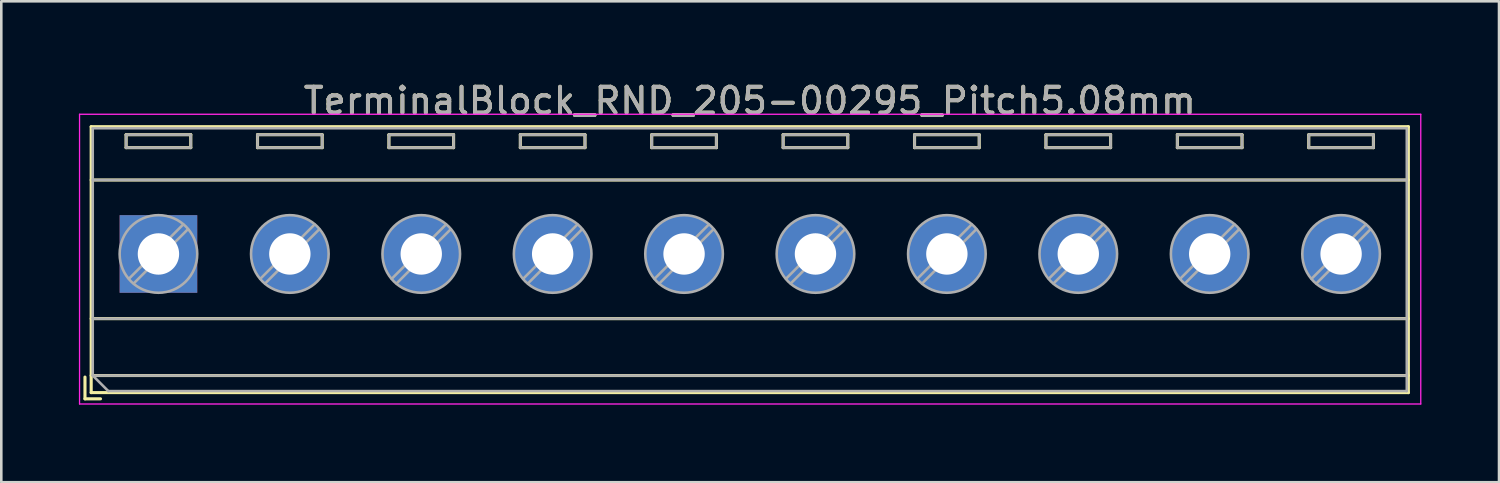
<source format=kicad_pcb>
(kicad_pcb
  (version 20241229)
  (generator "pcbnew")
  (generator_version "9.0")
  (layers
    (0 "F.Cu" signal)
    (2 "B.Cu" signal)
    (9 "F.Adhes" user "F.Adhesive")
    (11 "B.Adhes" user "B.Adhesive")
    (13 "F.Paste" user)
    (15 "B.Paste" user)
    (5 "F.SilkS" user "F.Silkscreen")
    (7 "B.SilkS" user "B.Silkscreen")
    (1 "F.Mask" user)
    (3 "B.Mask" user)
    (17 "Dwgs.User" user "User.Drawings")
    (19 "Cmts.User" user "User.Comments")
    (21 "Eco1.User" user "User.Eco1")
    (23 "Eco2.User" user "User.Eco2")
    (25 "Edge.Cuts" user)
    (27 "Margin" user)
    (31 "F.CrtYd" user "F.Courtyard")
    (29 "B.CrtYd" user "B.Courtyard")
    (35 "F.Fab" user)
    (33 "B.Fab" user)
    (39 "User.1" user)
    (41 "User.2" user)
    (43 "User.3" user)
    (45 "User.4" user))
  (footprint "TerminalBlock_RND_205-00295_Pitch5.08mm"
    (layer "F.Cu")
    (at 3.075 6.768)
    (property "Reference" "TerminalBlock_RND_205-00295_Pitch5.08mm" (at 22.86 -5.92 0) (layer "F.SilkS") (effects (font (size 1 1) (thickness 0.15))))
    (attr through_hole)
    (fp_line (start -2.84 4.76) (end -2.84 5.6) (stroke (width 0.12) (type solid)) (layer "F.SilkS"))
    (fp_line (start -2.84 5.6) (end -2.24 5.6) (stroke (width 0.12) (type solid)) (layer "F.SilkS"))
    (fp_line (start -2.6 -4.92) (end -2.6 5.36) (stroke (width 0.12) (type solid)) (layer "F.SilkS"))
    (fp_line (start -2.6 -2.86) (end 48.32 -2.86) (stroke (width 0.12) (type solid)) (layer "F.SilkS"))
    (fp_line (start -2.6 2.5) (end 48.32 2.5) (stroke (width 0.12) (type solid)) (layer "F.SilkS"))
    (fp_line (start -2.6 4.7) (end 48.32 4.7) (stroke (width 0.12) (type solid)) (layer "F.SilkS"))
    (fp_line (start -2.6 5.36) (end 48.32 5.36) (stroke (width 0.12) (type solid)) (layer "F.SilkS"))
    (fp_line (start -1.25 -4.61) (end -1.25 -4.11) (stroke (width 0.12) (type solid)) (layer "F.SilkS"))
    (fp_line (start -1.25 -4.61) (end 1.25 -4.61) (stroke (width 0.12) (type solid)) (layer "F.SilkS"))
    (fp_line (start -1.25 -4.11) (end 1.25 -4.11) (stroke (width 0.12) (type solid)) (layer "F.SilkS"))
    (fp_line (start 1.25 -4.61) (end 1.25 -4.11) (stroke (width 0.12) (type solid)) (layer "F.SilkS"))
    (fp_line (start 3.83 -4.61) (end 3.83 -4.11) (stroke (width 0.12) (type solid)) (layer "F.SilkS"))
    (fp_line (start 3.83 -4.61) (end 6.33 -4.61) (stroke (width 0.12) (type solid)) (layer "F.SilkS"))
    (fp_line (start 3.83 -4.11) (end 6.33 -4.11) (stroke (width 0.12) (type solid)) (layer "F.SilkS"))
    (fp_line (start 6.33 -4.61) (end 6.33 -4.11) (stroke (width 0.12) (type solid)) (layer "F.SilkS"))
    (fp_line (start 8.91 -4.61) (end 8.91 -4.11) (stroke (width 0.12) (type solid)) (layer "F.SilkS"))
    (fp_line (start 8.91 -4.61) (end 11.41 -4.61) (stroke (width 0.12) (type solid)) (layer "F.SilkS"))
    (fp_line (start 8.91 -4.11) (end 11.41 -4.11) (stroke (width 0.12) (type solid)) (layer "F.SilkS"))
    (fp_line (start 11.41 -4.61) (end 11.41 -4.11) (stroke (width 0.12) (type solid)) (layer "F.SilkS"))
    (fp_line (start 13.99 -4.61) (end 13.99 -4.11) (stroke (width 0.12) (type solid)) (layer "F.SilkS"))
    (fp_line (start 13.99 -4.61) (end 16.49 -4.61) (stroke (width 0.12) (type solid)) (layer "F.SilkS"))
    (fp_line (start 13.99 -4.11) (end 16.49 -4.11) (stroke (width 0.12) (type solid)) (layer "F.SilkS"))
    (fp_line (start 16.49 -4.61) (end 16.49 -4.11) (stroke (width 0.12) (type solid)) (layer "F.SilkS"))
    (fp_line (start 19.07 -4.61) (end 19.07 -4.11) (stroke (width 0.12) (type solid)) (layer "F.SilkS"))
    (fp_line (start 19.07 -4.61) (end 21.57 -4.61) (stroke (width 0.12) (type solid)) (layer "F.SilkS"))
    (fp_line (start 19.07 -4.11) (end 21.57 -4.11) (stroke (width 0.12) (type solid)) (layer "F.SilkS"))
    (fp_line (start 21.57 -4.61) (end 21.57 -4.11) (stroke (width 0.12) (type solid)) (layer "F.SilkS"))
    (fp_line (start 24.15 -4.61) (end 24.15 -4.11) (stroke (width 0.12) (type solid)) (layer "F.SilkS"))
    (fp_line (start 24.15 -4.61) (end 26.65 -4.61) (stroke (width 0.12) (type solid)) (layer "F.SilkS"))
    (fp_line (start 24.15 -4.11) (end 26.65 -4.11) (stroke (width 0.12) (type solid)) (layer "F.SilkS"))
    (fp_line (start 26.65 -4.61) (end 26.65 -4.11) (stroke (width 0.12) (type solid)) (layer "F.SilkS"))
    (fp_line (start 29.23 -4.61) (end 29.23 -4.11) (stroke (width 0.12) (type solid)) (layer "F.SilkS"))
    (fp_line (start 29.23 -4.61) (end 31.73 -4.61) (stroke (width 0.12) (type solid)) (layer "F.SilkS"))
    (fp_line (start 29.23 -4.11) (end 31.73 -4.11) (stroke (width 0.12) (type solid)) (layer "F.SilkS"))
    (fp_line (start 31.73 -4.61) (end 31.73 -4.11) (stroke (width 0.12) (type solid)) (layer "F.SilkS"))
    (fp_line (start 34.31 -4.61) (end 34.31 -4.11) (stroke (width 0.12) (type solid)) (layer "F.SilkS"))
    (fp_line (start 34.31 -4.61) (end 36.81 -4.61) (stroke (width 0.12) (type solid)) (layer "F.SilkS"))
    (fp_line (start 34.31 -4.11) (end 36.81 -4.11) (stroke (width 0.12) (type solid)) (layer "F.SilkS"))
    (fp_line (start 36.81 -4.61) (end 36.81 -4.11) (stroke (width 0.12) (type solid)) (layer "F.SilkS"))
    (fp_line (start 39.39 -4.61) (end 39.39 -4.11) (stroke (width 0.12) (type solid)) (layer "F.SilkS"))
    (fp_line (start 39.39 -4.61) (end 41.89 -4.61) (stroke (width 0.12) (type solid)) (layer "F.SilkS"))
    (fp_line (start 39.39 -4.11) (end 41.89 -4.11) (stroke (width 0.12) (type solid)) (layer "F.SilkS"))
    (fp_line (start 41.89 -4.61) (end 41.89 -4.11) (stroke (width 0.12) (type solid)) (layer "F.SilkS"))
    (fp_line (start 44.47 -4.61) (end 44.47 -4.11) (stroke (width 0.12) (type solid)) (layer "F.SilkS"))
    (fp_line (start 44.47 -4.61) (end 46.97 -4.61) (stroke (width 0.12) (type solid)) (layer "F.SilkS"))
    (fp_line (start 44.47 -4.11) (end 46.97 -4.11) (stroke (width 0.12) (type solid)) (layer "F.SilkS"))
    (fp_line (start 46.97 -4.61) (end 46.97 -4.11) (stroke (width 0.12) (type solid)) (layer "F.SilkS"))
    (fp_line (start 48.32 -4.92) (end -2.6 -4.92) (stroke (width 0.12) (type solid)) (layer "F.SilkS"))
    (fp_line (start 48.32 5.36) (end 48.32 -4.92) (stroke (width 0.12) (type solid)) (layer "F.SilkS"))
    (fp_line (start -3.05 -5.4) (end -3.05 5.8) (stroke (width 0.05) (type solid)) (layer "F.CrtYd"))
    (fp_line (start -3.05 5.8) (end 48.8 5.8) (stroke (width 0.05) (type solid)) (layer "F.CrtYd"))
    (fp_line (start 48.8 -5.4) (end -3.05 -5.4) (stroke (width 0.05) (type solid)) (layer "F.CrtYd"))
    (fp_line (start 48.8 5.8) (end 48.8 -5.4) (stroke (width 0.05) (type solid)) (layer "F.CrtYd"))
    (fp_line (start -2.54 -4.86) (end 48.26 -4.86) (stroke (width 0.1) (type solid)) (layer "F.Fab"))
    (fp_line (start -2.54 -2.86) (end 48.26 -2.86) (stroke (width 0.1) (type solid)) (layer "F.Fab"))
    (fp_line (start -2.54 2.5) (end 48.26 2.5) (stroke (width 0.1) (type solid)) (layer "F.Fab"))
    (fp_line (start -2.54 4.7) (end -2.54 -4.86) (stroke (width 0.1) (type solid)) (layer "F.Fab"))
    (fp_line (start -2.54 4.7) (end 48.26 4.7) (stroke (width 0.1) (type solid)) (layer "F.Fab"))
    (fp_line (start -1.94 5.3) (end -2.54 4.7) (stroke (width 0.1) (type solid)) (layer "F.Fab"))
    (fp_line (start -1.25 -4.61) (end -1.25 -4.11) (stroke (width 0.1) (type solid)) (layer "F.Fab"))
    (fp_line (start -1.25 -4.11) (end 1.25 -4.11) (stroke (width 0.1) (type solid)) (layer "F.Fab"))
    (fp_line (start 0.955 -1.138) (end -1.138 0.955) (stroke (width 0.1) (type solid)) (layer "F.Fab"))
    (fp_line (start 1.138 -0.955) (end -0.955 1.138) (stroke (width 0.1) (type solid)) (layer "F.Fab"))
    (fp_line (start 1.25 -4.61) (end -1.25 -4.61) (stroke (width 0.1) (type solid)) (layer "F.Fab"))
    (fp_line (start 1.25 -4.11) (end 1.25 -4.61) (stroke (width 0.1) (type solid)) (layer "F.Fab"))
    (fp_line (start 3.83 -4.61) (end 3.83 -4.11) (stroke (width 0.1) (type solid)) (layer "F.Fab"))
    (fp_line (start 3.83 -4.11) (end 6.33 -4.11) (stroke (width 0.1) (type solid)) (layer "F.Fab"))
    (fp_line (start 6.035 -1.138) (end 3.943 0.955) (stroke (width 0.1) (type solid)) (layer "F.Fab"))
    (fp_line (start 6.218 -0.955) (end 4.126 1.138) (stroke (width 0.1) (type solid)) (layer "F.Fab"))
    (fp_line (start 6.33 -4.61) (end 3.83 -4.61) (stroke (width 0.1) (type solid)) (layer "F.Fab"))
    (fp_line (start 6.33 -4.11) (end 6.33 -4.61) (stroke (width 0.1) (type solid)) (layer "F.Fab"))
    (fp_line (start 8.91 -4.61) (end 8.91 -4.11) (stroke (width 0.1) (type solid)) (layer "F.Fab"))
    (fp_line (start 8.91 -4.11) (end 11.41 -4.11) (stroke (width 0.1) (type solid)) (layer "F.Fab"))
    (fp_line (start 11.115 -1.138) (end 9.023 0.955) (stroke (width 0.1) (type solid)) (layer "F.Fab"))
    (fp_line (start 11.298 -0.955) (end 9.206 1.138) (stroke (width 0.1) (type solid)) (layer "F.Fab"))
    (fp_line (start 11.41 -4.61) (end 8.91 -4.61) (stroke (width 0.1) (type solid)) (layer "F.Fab"))
    (fp_line (start 11.41 -4.11) (end 11.41 -4.61) (stroke (width 0.1) (type solid)) (layer "F.Fab"))
    (fp_line (start 13.99 -4.61) (end 13.99 -4.11) (stroke (width 0.1) (type solid)) (layer "F.Fab"))
    (fp_line (start 13.99 -4.11) (end 16.49 -4.11) (stroke (width 0.1) (type solid)) (layer "F.Fab"))
    (fp_line (start 16.195 -1.138) (end 14.103 0.955) (stroke (width 0.1) (type solid)) (layer "F.Fab"))
    (fp_line (start 16.378 -0.955) (end 14.286 1.138) (stroke (width 0.1) (type solid)) (layer "F.Fab"))
    (fp_line (start 16.49 -4.61) (end 13.99 -4.61) (stroke (width 0.1) (type solid)) (layer "F.Fab"))
    (fp_line (start 16.49 -4.11) (end 16.49 -4.61) (stroke (width 0.1) (type solid)) (layer "F.Fab"))
    (fp_line (start 19.07 -4.61) (end 19.07 -4.11) (stroke (width 0.1) (type solid)) (layer "F.Fab"))
    (fp_line (start 19.07 -4.11) (end 21.57 -4.11) (stroke (width 0.1) (type solid)) (layer "F.Fab"))
    (fp_line (start 21.275 -1.138) (end 19.183 0.955) (stroke (width 0.1) (type solid)) (layer "F.Fab"))
    (fp_line (start 21.458 -0.955) (end 19.366 1.138) (stroke (width 0.1) (type solid)) (layer "F.Fab"))
    (fp_line (start 21.57 -4.61) (end 19.07 -4.61) (stroke (width 0.1) (type solid)) (layer "F.Fab"))
    (fp_line (start 21.57 -4.11) (end 21.57 -4.61) (stroke (width 0.1) (type solid)) (layer "F.Fab"))
    (fp_line (start 24.15 -4.61) (end 24.15 -4.11) (stroke (width 0.1) (type solid)) (layer "F.Fab"))
    (fp_line (start 24.15 -4.11) (end 26.65 -4.11) (stroke (width 0.1) (type solid)) (layer "F.Fab"))
    (fp_line (start 26.355 -1.138) (end 24.263 0.955) (stroke (width 0.1) (type solid)) (layer "F.Fab"))
    (fp_line (start 26.538 -0.955) (end 24.446 1.138) (stroke (width 0.1) (type solid)) (layer "F.Fab"))
    (fp_line (start 26.65 -4.61) (end 24.15 -4.61) (stroke (width 0.1) (type solid)) (layer "F.Fab"))
    (fp_line (start 26.65 -4.11) (end 26.65 -4.61) (stroke (width 0.1) (type solid)) (layer "F.Fab"))
    (fp_line (start 29.23 -4.61) (end 29.23 -4.11) (stroke (width 0.1) (type solid)) (layer "F.Fab"))
    (fp_line (start 29.23 -4.11) (end 31.73 -4.11) (stroke (width 0.1) (type solid)) (layer "F.Fab"))
    (fp_line (start 31.435 -1.138) (end 29.343 0.955) (stroke (width 0.1) (type solid)) (layer "F.Fab"))
    (fp_line (start 31.618 -0.955) (end 29.526 1.138) (stroke (width 0.1) (type solid)) (layer "F.Fab"))
    (fp_line (start 31.73 -4.61) (end 29.23 -4.61) (stroke (width 0.1) (type solid)) (layer "F.Fab"))
    (fp_line (start 31.73 -4.11) (end 31.73 -4.61) (stroke (width 0.1) (type solid)) (layer "F.Fab"))
    (fp_line (start 34.31 -4.61) (end 34.31 -4.11) (stroke (width 0.1) (type solid)) (layer "F.Fab"))
    (fp_line (start 34.31 -4.11) (end 36.81 -4.11) (stroke (width 0.1) (type solid)) (layer "F.Fab"))
    (fp_line (start 36.515 -1.138) (end 34.423 0.955) (stroke (width 0.1) (type solid)) (layer "F.Fab"))
    (fp_line (start 36.698 -0.955) (end 34.606 1.138) (stroke (width 0.1) (type solid)) (layer "F.Fab"))
    (fp_line (start 36.81 -4.61) (end 34.31 -4.61) (stroke (width 0.1) (type solid)) (layer "F.Fab"))
    (fp_line (start 36.81 -4.11) (end 36.81 -4.61) (stroke (width 0.1) (type solid)) (layer "F.Fab"))
    (fp_line (start 39.39 -4.61) (end 39.39 -4.11) (stroke (width 0.1) (type solid)) (layer "F.Fab"))
    (fp_line (start 39.39 -4.11) (end 41.89 -4.11) (stroke (width 0.1) (type solid)) (layer "F.Fab"))
    (fp_line (start 41.595 -1.138) (end 39.503 0.955) (stroke (width 0.1) (type solid)) (layer "F.Fab"))
    (fp_line (start 41.778 -0.955) (end 39.686 1.138) (stroke (width 0.1) (type solid)) (layer "F.Fab"))
    (fp_line (start 41.89 -4.61) (end 39.39 -4.61) (stroke (width 0.1) (type solid)) (layer "F.Fab"))
    (fp_line (start 41.89 -4.11) (end 41.89 -4.61) (stroke (width 0.1) (type solid)) (layer "F.Fab"))
    (fp_line (start 44.47 -4.61) (end 44.47 -4.11) (stroke (width 0.1) (type solid)) (layer "F.Fab"))
    (fp_line (start 44.47 -4.11) (end 46.97 -4.11) (stroke (width 0.1) (type solid)) (layer "F.Fab"))
    (fp_line (start 46.675 -1.138) (end 44.583 0.955) (stroke (width 0.1) (type solid)) (layer "F.Fab"))
    (fp_line (start 46.858 -0.955) (end 44.766 1.138) (stroke (width 0.1) (type solid)) (layer "F.Fab"))
    (fp_line (start 46.97 -4.61) (end 44.47 -4.61) (stroke (width 0.1) (type solid)) (layer "F.Fab"))
    (fp_line (start 46.97 -4.11) (end 46.97 -4.61) (stroke (width 0.1) (type solid)) (layer "F.Fab"))
    (fp_line (start 48.26 -4.86) (end 48.26 5.3) (stroke (width 0.1) (type solid)) (layer "F.Fab"))
    (fp_line (start 48.26 5.3) (end -1.94 5.3) (stroke (width 0.1) (type solid)) (layer "F.Fab"))
    (fp_circle (center 0 0) (end 1.5 0) (stroke (width 0.1) (type solid)) (fill no) (layer "F.Fab"))
    (fp_circle (center 5.08 0) (end 6.58 0) (stroke (width 0.1) (type solid)) (fill no) (layer "F.Fab"))
    (fp_circle (center 10.16 0) (end 11.66 0) (stroke (width 0.1) (type solid)) (fill no) (layer "F.Fab"))
    (fp_circle (center 15.24 0) (end 16.74 0) (stroke (width 0.1) (type solid)) (fill no) (layer "F.Fab"))
    (fp_circle (center 20.32 0) (end 21.82 0) (stroke (width 0.1) (type solid)) (fill no) (layer "F.Fab"))
    (fp_circle (center 25.4 0) (end 26.9 0) (stroke (width 0.1) (type solid)) (fill no) (layer "F.Fab"))
    (fp_circle (center 30.48 0) (end 31.98 0) (stroke (width 0.1) (type solid)) (fill no) (layer "F.Fab"))
    (fp_circle (center 35.56 0) (end 37.06 0) (stroke (width 0.1) (type solid)) (fill no) (layer "F.Fab"))
    (fp_circle (center 40.64 0) (end 42.14 0) (stroke (width 0.1) (type solid)) (fill no) (layer "F.Fab"))
    (fp_circle (center 45.72 0) (end 47.22 0) (stroke (width 0.1) (type solid)) (fill no) (layer "F.Fab"))
    (fp_text user "${REFERENCE}" (at 22.86 -5.92 0) (layer "F.Fab") (effects (font (size 1 1) (thickness 0.15))))
    (pad "1" thru_hole rect (at 0 0) (size 3 3) (drill 1.6) (layers "*.Cu" "*.Mask"))
    (pad "2" thru_hole oval (at 5.08 0) (size 3 3) (drill 1.6) (layers "*.Cu" "*.Mask"))
    (pad "3" thru_hole oval (at 10.16 0) (size 3 3) (drill 1.6) (layers "*.Cu" "*.Mask"))
    (pad "4" thru_hole oval (at 15.24 0) (size 3 3) (drill 1.6) (layers "*.Cu" "*.Mask"))
    (pad "5" thru_hole oval (at 20.32 0) (size 3 3) (drill 1.6) (layers "*.Cu" "*.Mask"))
    (pad "6" thru_hole oval (at 25.4 0) (size 3 3) (drill 1.6) (layers "*.Cu" "*.Mask"))
    (pad "7" thru_hole oval (at 30.48 0) (size 3 3) (drill 1.6) (layers "*.Cu" "*.Mask"))
    (pad "8" thru_hole oval (at 35.56 0) (size 3 3) (drill 1.6) (layers "*.Cu" "*.Mask"))
    (pad "9" thru_hole oval (at 40.64 0) (size 3 3) (drill 1.6) (layers "*.Cu" "*.Mask"))
    (pad "10" thru_hole oval (at 45.72 0) (size 3 3) (drill 1.6) (layers "*.Cu" "*.Mask")))
  (gr_rect
    (start -3 -3)
    (end 54.9 15.593)
    (stroke (width 0.1) (type default))
    (fill no)
    (layer "Edge.Cuts")))
</source>
